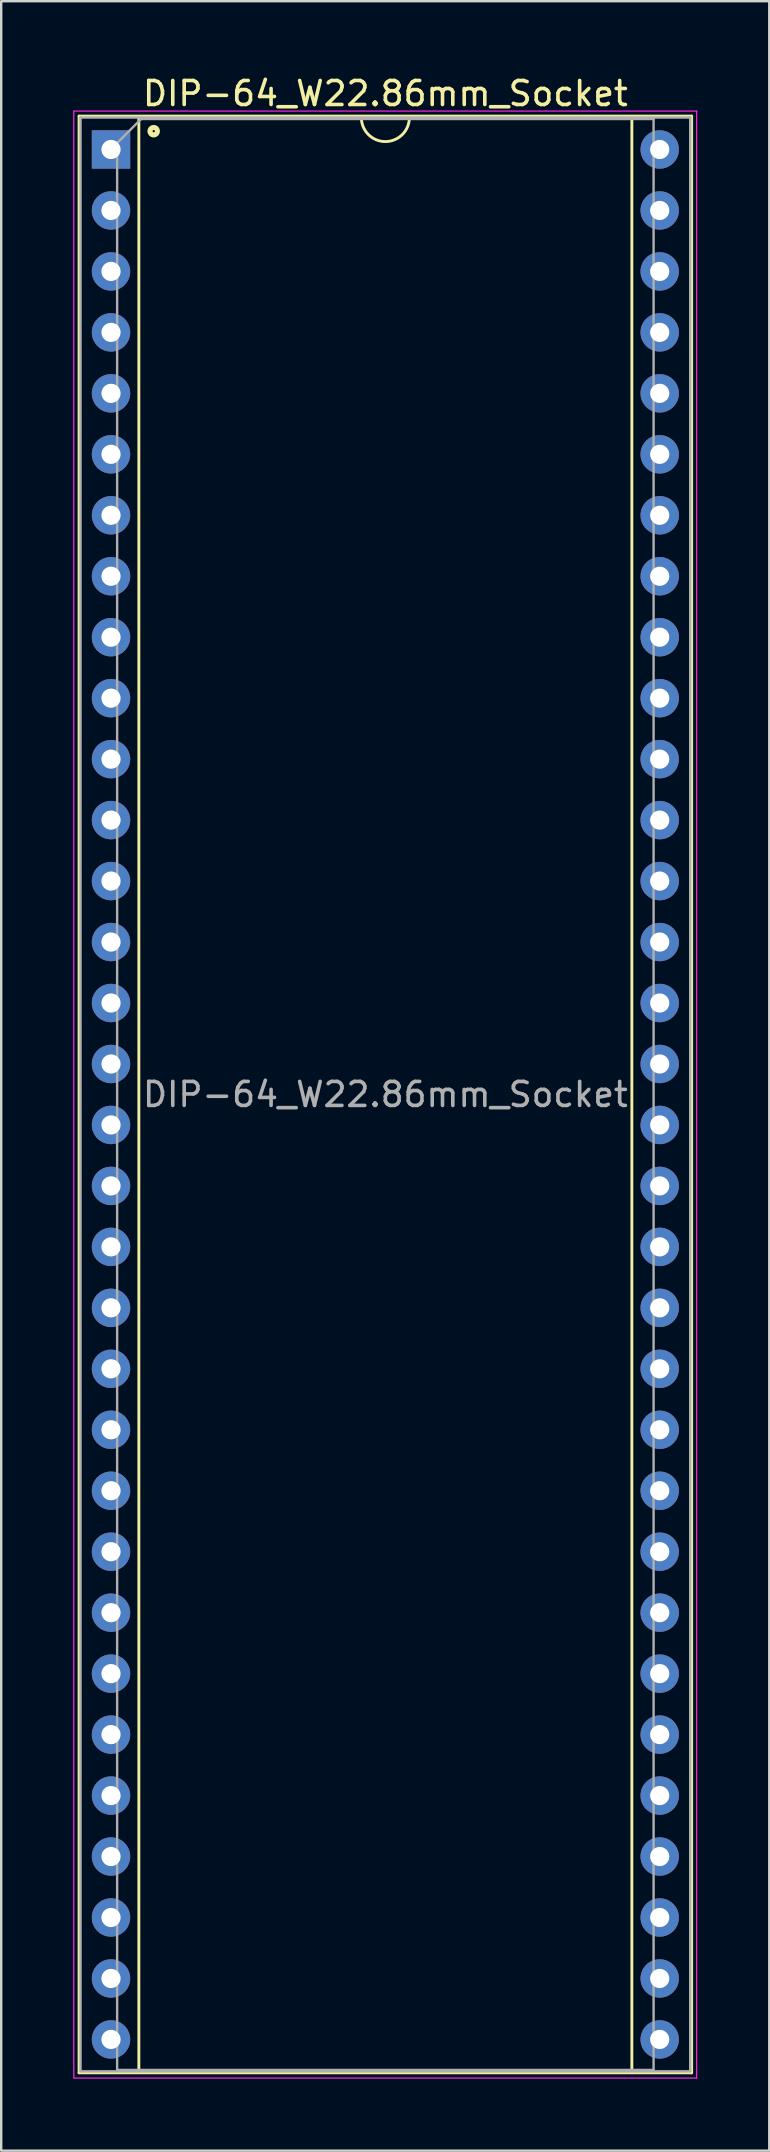
<source format=kicad_pcb>
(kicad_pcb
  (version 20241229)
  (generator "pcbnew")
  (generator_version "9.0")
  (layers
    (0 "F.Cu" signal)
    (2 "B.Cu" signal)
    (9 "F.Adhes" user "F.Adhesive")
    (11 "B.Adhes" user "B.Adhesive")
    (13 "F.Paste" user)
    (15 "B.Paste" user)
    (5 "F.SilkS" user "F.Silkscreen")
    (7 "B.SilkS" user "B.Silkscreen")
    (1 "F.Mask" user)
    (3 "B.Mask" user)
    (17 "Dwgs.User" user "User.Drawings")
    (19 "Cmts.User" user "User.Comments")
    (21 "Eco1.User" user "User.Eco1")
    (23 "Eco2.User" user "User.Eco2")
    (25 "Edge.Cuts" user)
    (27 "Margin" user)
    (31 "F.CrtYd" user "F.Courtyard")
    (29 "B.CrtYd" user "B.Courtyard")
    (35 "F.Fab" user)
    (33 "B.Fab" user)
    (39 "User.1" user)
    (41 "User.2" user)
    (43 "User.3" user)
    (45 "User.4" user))
  (footprint "DIP-64_W22.86mm_Socket"
    (layer "F.Cu")
    (at 1.575 3.178)
    (property "Reference" "DIP-64_W22.86mm_Socket" (at 11.43 -2.33 0) (layer "F.SilkS") (effects (font (size 1 1) (thickness 0.15))))
    (attr through_hole)
    (fp_line (start -1.33 -1.39) (end -1.33 80.13) (stroke (width 0.12) (type solid)) (layer "F.SilkS"))
    (fp_line (start -1.33 80.13) (end 24.19 80.13) (stroke (width 0.12) (type solid)) (layer "F.SilkS"))
    (fp_line (start 1.16 -1.33) (end 1.16 80.07) (stroke (width 0.12) (type solid)) (layer "F.SilkS"))
    (fp_line (start 1.16 80.07) (end 21.7 80.07) (stroke (width 0.12) (type solid)) (layer "F.SilkS"))
    (fp_line (start 10.43 -1.33) (end 1.16 -1.33) (stroke (width 0.12) (type solid)) (layer "F.SilkS"))
    (fp_line (start 21.7 -1.33) (end 12.43 -1.33) (stroke (width 0.12) (type solid)) (layer "F.SilkS"))
    (fp_line (start 21.7 80.07) (end 21.7 -1.33) (stroke (width 0.12) (type solid)) (layer "F.SilkS"))
    (fp_line (start 24.19 -1.39) (end -1.33 -1.39) (stroke (width 0.12) (type solid)) (layer "F.SilkS"))
    (fp_line (start 24.19 80.13) (end 24.19 -1.39) (stroke (width 0.12) (type solid)) (layer "F.SilkS"))
    (fp_arc (start 12.43 -1.33) (mid 11.43 -0.33) (end 10.43 -1.33) (stroke (width 0.12) (type solid)) (layer "F.SilkS"))
    (fp_circle (center 1.778 -0.762) (end 1.828 -0.762) (stroke (width 0.12) (type solid)) (fill no) (layer "F.SilkS"))
    (fp_circle (center 1.778 -0.762) (end 1.903 -0.762) (stroke (width 0.12) (type solid)) (fill no) (layer "F.SilkS"))
    (fp_circle (center 1.778 -0.762) (end 1.978 -0.762) (stroke (width 0.12) (type solid)) (fill no) (layer "F.SilkS"))
    (fp_line (start -1.55 -1.6) (end -1.55 80.35) (stroke (width 0.05) (type solid)) (layer "F.CrtYd"))
    (fp_line (start -1.55 80.35) (end 24.4 80.35) (stroke (width 0.05) (type solid)) (layer "F.CrtYd"))
    (fp_line (start 24.4 -1.6) (end -1.55 -1.6) (stroke (width 0.05) (type solid)) (layer "F.CrtYd"))
    (fp_line (start 24.4 80.35) (end 24.4 -1.6) (stroke (width 0.05) (type solid)) (layer "F.CrtYd"))
    (fp_line (start -1.27 -1.33) (end -1.27 80.07) (stroke (width 0.1) (type solid)) (layer "F.Fab"))
    (fp_line (start -1.27 80.07) (end 24.13 80.07) (stroke (width 0.1) (type solid)) (layer "F.Fab"))
    (fp_line (start 0.255 -0.27) (end 1.255 -1.27) (stroke (width 0.1) (type solid)) (layer "F.Fab"))
    (fp_line (start 0.255 80.01) (end 0.255 -0.27) (stroke (width 0.1) (type solid)) (layer "F.Fab"))
    (fp_line (start 1.255 -1.27) (end 22.605 -1.27) (stroke (width 0.1) (type solid)) (layer "F.Fab"))
    (fp_line (start 22.605 -1.27) (end 22.605 80.01) (stroke (width 0.1) (type solid)) (layer "F.Fab"))
    (fp_line (start 22.605 80.01) (end 0.255 80.01) (stroke (width 0.1) (type solid)) (layer "F.Fab"))
    (fp_line (start 24.13 -1.33) (end -1.27 -1.33) (stroke (width 0.1) (type solid)) (layer "F.Fab"))
    (fp_line (start 24.13 80.07) (end 24.13 -1.33) (stroke (width 0.1) (type solid)) (layer "F.Fab"))
    (fp_text user "${REFERENCE}" (at 11.43 39.37 0) (layer "F.Fab") (effects (font (size 1 1) (thickness 0.15))))
    (pad "1" thru_hole rect (at 0 0) (size 1.6 1.6) (drill 0.8) (layers "*.Cu" "*.Mask"))
    (pad "2" thru_hole oval (at 0 2.54) (size 1.6 1.6) (drill 0.8) (layers "*.Cu" "*.Mask"))
    (pad "3" thru_hole oval (at 0 5.08) (size 1.6 1.6) (drill 0.8) (layers "*.Cu" "*.Mask"))
    (pad "4" thru_hole oval (at 0 7.62) (size 1.6 1.6) (drill 0.8) (layers "*.Cu" "*.Mask"))
    (pad "5" thru_hole oval (at 0 10.16) (size 1.6 1.6) (drill 0.8) (layers "*.Cu" "*.Mask"))
    (pad "6" thru_hole oval (at 0 12.7) (size 1.6 1.6) (drill 0.8) (layers "*.Cu" "*.Mask"))
    (pad "7" thru_hole oval (at 0 15.24) (size 1.6 1.6) (drill 0.8) (layers "*.Cu" "*.Mask"))
    (pad "8" thru_hole oval (at 0 17.78) (size 1.6 1.6) (drill 0.8) (layers "*.Cu" "*.Mask"))
    (pad "9" thru_hole oval (at 0 20.32) (size 1.6 1.6) (drill 0.8) (layers "*.Cu" "*.Mask"))
    (pad "10" thru_hole oval (at 0 22.86) (size 1.6 1.6) (drill 0.8) (layers "*.Cu" "*.Mask"))
    (pad "11" thru_hole oval (at 0 25.4) (size 1.6 1.6) (drill 0.8) (layers "*.Cu" "*.Mask"))
    (pad "12" thru_hole oval (at 0 27.94) (size 1.6 1.6) (drill 0.8) (layers "*.Cu" "*.Mask"))
    (pad "13" thru_hole oval (at 0 30.48) (size 1.6 1.6) (drill 0.8) (layers "*.Cu" "*.Mask"))
    (pad "14" thru_hole oval (at 0 33.02) (size 1.6 1.6) (drill 0.8) (layers "*.Cu" "*.Mask"))
    (pad "15" thru_hole oval (at 0 35.56) (size 1.6 1.6) (drill 0.8) (layers "*.Cu" "*.Mask"))
    (pad "16" thru_hole oval (at 0 38.1) (size 1.6 1.6) (drill 0.8) (layers "*.Cu" "*.Mask"))
    (pad "17" thru_hole oval (at 0 40.64) (size 1.6 1.6) (drill 0.8) (layers "*.Cu" "*.Mask"))
    (pad "18" thru_hole oval (at 0 43.18) (size 1.6 1.6) (drill 0.8) (layers "*.Cu" "*.Mask"))
    (pad "19" thru_hole oval (at 0 45.72) (size 1.6 1.6) (drill 0.8) (layers "*.Cu" "*.Mask"))
    (pad "20" thru_hole oval (at 0 48.26) (size 1.6 1.6) (drill 0.8) (layers "*.Cu" "*.Mask"))
    (pad "21" thru_hole oval (at 0 50.8) (size 1.6 1.6) (drill 0.8) (layers "*.Cu" "*.Mask"))
    (pad "22" thru_hole oval (at 0 53.34) (size 1.6 1.6) (drill 0.8) (layers "*.Cu" "*.Mask"))
    (pad "23" thru_hole oval (at 0 55.88) (size 1.6 1.6) (drill 0.8) (layers "*.Cu" "*.Mask"))
    (pad "24" thru_hole oval (at 0 58.42) (size 1.6 1.6) (drill 0.8) (layers "*.Cu" "*.Mask"))
    (pad "25" thru_hole oval (at 0 60.96) (size 1.6 1.6) (drill 0.8) (layers "*.Cu" "*.Mask"))
    (pad "26" thru_hole oval (at 0 63.5) (size 1.6 1.6) (drill 0.8) (layers "*.Cu" "*.Mask"))
    (pad "27" thru_hole oval (at 0 66.04) (size 1.6 1.6) (drill 0.8) (layers "*.Cu" "*.Mask"))
    (pad "28" thru_hole oval (at 0 68.58) (size 1.6 1.6) (drill 0.8) (layers "*.Cu" "*.Mask"))
    (pad "29" thru_hole oval (at 0 71.12) (size 1.6 1.6) (drill 0.8) (layers "*.Cu" "*.Mask"))
    (pad "30" thru_hole oval (at 0 73.66) (size 1.6 1.6) (drill 0.8) (layers "*.Cu" "*.Mask"))
    (pad "31" thru_hole oval (at 0 76.2) (size 1.6 1.6) (drill 0.8) (layers "*.Cu" "*.Mask"))
    (pad "32" thru_hole oval (at 0 78.74) (size 1.6 1.6) (drill 0.8) (layers "*.Cu" "*.Mask"))
    (pad "33" thru_hole oval (at 22.86 78.74) (size 1.6 1.6) (drill 0.8) (layers "*.Cu" "*.Mask"))
    (pad "34" thru_hole oval (at 22.86 76.2) (size 1.6 1.6) (drill 0.8) (layers "*.Cu" "*.Mask"))
    (pad "35" thru_hole oval (at 22.86 73.66) (size 1.6 1.6) (drill 0.8) (layers "*.Cu" "*.Mask"))
    (pad "36" thru_hole oval (at 22.86 71.12) (size 1.6 1.6) (drill 0.8) (layers "*.Cu" "*.Mask"))
    (pad "37" thru_hole oval (at 22.86 68.58) (size 1.6 1.6) (drill 0.8) (layers "*.Cu" "*.Mask"))
    (pad "38" thru_hole oval (at 22.86 66.04) (size 1.6 1.6) (drill 0.8) (layers "*.Cu" "*.Mask"))
    (pad "39" thru_hole oval (at 22.86 63.5) (size 1.6 1.6) (drill 0.8) (layers "*.Cu" "*.Mask"))
    (pad "40" thru_hole oval (at 22.86 60.96) (size 1.6 1.6) (drill 0.8) (layers "*.Cu" "*.Mask"))
    (pad "41" thru_hole oval (at 22.86 58.42) (size 1.6 1.6) (drill 0.8) (layers "*.Cu" "*.Mask"))
    (pad "42" thru_hole oval (at 22.86 55.88) (size 1.6 1.6) (drill 0.8) (layers "*.Cu" "*.Mask"))
    (pad "43" thru_hole oval (at 22.86 53.34) (size 1.6 1.6) (drill 0.8) (layers "*.Cu" "*.Mask"))
    (pad "44" thru_hole oval (at 22.86 50.8) (size 1.6 1.6) (drill 0.8) (layers "*.Cu" "*.Mask"))
    (pad "45" thru_hole oval (at 22.86 48.26) (size 1.6 1.6) (drill 0.8) (layers "*.Cu" "*.Mask"))
    (pad "46" thru_hole oval (at 22.86 45.72) (size 1.6 1.6) (drill 0.8) (layers "*.Cu" "*.Mask"))
    (pad "47" thru_hole oval (at 22.86 43.18) (size 1.6 1.6) (drill 0.8) (layers "*.Cu" "*.Mask"))
    (pad "48" thru_hole oval (at 22.86 40.64) (size 1.6 1.6) (drill 0.8) (layers "*.Cu" "*.Mask"))
    (pad "49" thru_hole oval (at 22.86 38.1) (size 1.6 1.6) (drill 0.8) (layers "*.Cu" "*.Mask"))
    (pad "50" thru_hole oval (at 22.86 35.56) (size 1.6 1.6) (drill 0.8) (layers "*.Cu" "*.Mask"))
    (pad "51" thru_hole oval (at 22.86 33.02) (size 1.6 1.6) (drill 0.8) (layers "*.Cu" "*.Mask"))
    (pad "52" thru_hole oval (at 22.86 30.48) (size 1.6 1.6) (drill 0.8) (layers "*.Cu" "*.Mask"))
    (pad "53" thru_hole oval (at 22.86 27.94) (size 1.6 1.6) (drill 0.8) (layers "*.Cu" "*.Mask"))
    (pad "54" thru_hole oval (at 22.86 25.4) (size 1.6 1.6) (drill 0.8) (layers "*.Cu" "*.Mask"))
    (pad "55" thru_hole oval (at 22.86 22.86) (size 1.6 1.6) (drill 0.8) (layers "*.Cu" "*.Mask"))
    (pad "56" thru_hole oval (at 22.86 20.32) (size 1.6 1.6) (drill 0.8) (layers "*.Cu" "*.Mask"))
    (pad "57" thru_hole oval (at 22.86 17.78) (size 1.6 1.6) (drill 0.8) (layers "*.Cu" "*.Mask"))
    (pad "58" thru_hole oval (at 22.86 15.24) (size 1.6 1.6) (drill 0.8) (layers "*.Cu" "*.Mask"))
    (pad "59" thru_hole oval (at 22.86 12.7) (size 1.6 1.6) (drill 0.8) (layers "*.Cu" "*.Mask"))
    (pad "60" thru_hole oval (at 22.86 10.16) (size 1.6 1.6) (drill 0.8) (layers "*.Cu" "*.Mask"))
    (pad "61" thru_hole oval (at 22.86 7.62) (size 1.6 1.6) (drill 0.8) (layers "*.Cu" "*.Mask"))
    (pad "62" thru_hole oval (at 22.86 5.08) (size 1.6 1.6) (drill 0.8) (layers "*.Cu" "*.Mask"))
    (pad "63" thru_hole oval (at 22.86 2.54) (size 1.6 1.6) (drill 0.8) (layers "*.Cu" "*.Mask"))
    (pad "64" thru_hole oval (at 22.86 0) (size 1.6 1.6) (drill 0.8) (layers "*.Cu" "*.Mask")))
  (gr_rect
    (start -3 -3)
    (end 29 86.553)
    (stroke (width 0.1) (type default))
    (fill no)
    (layer "Edge.Cuts")))
</source>
